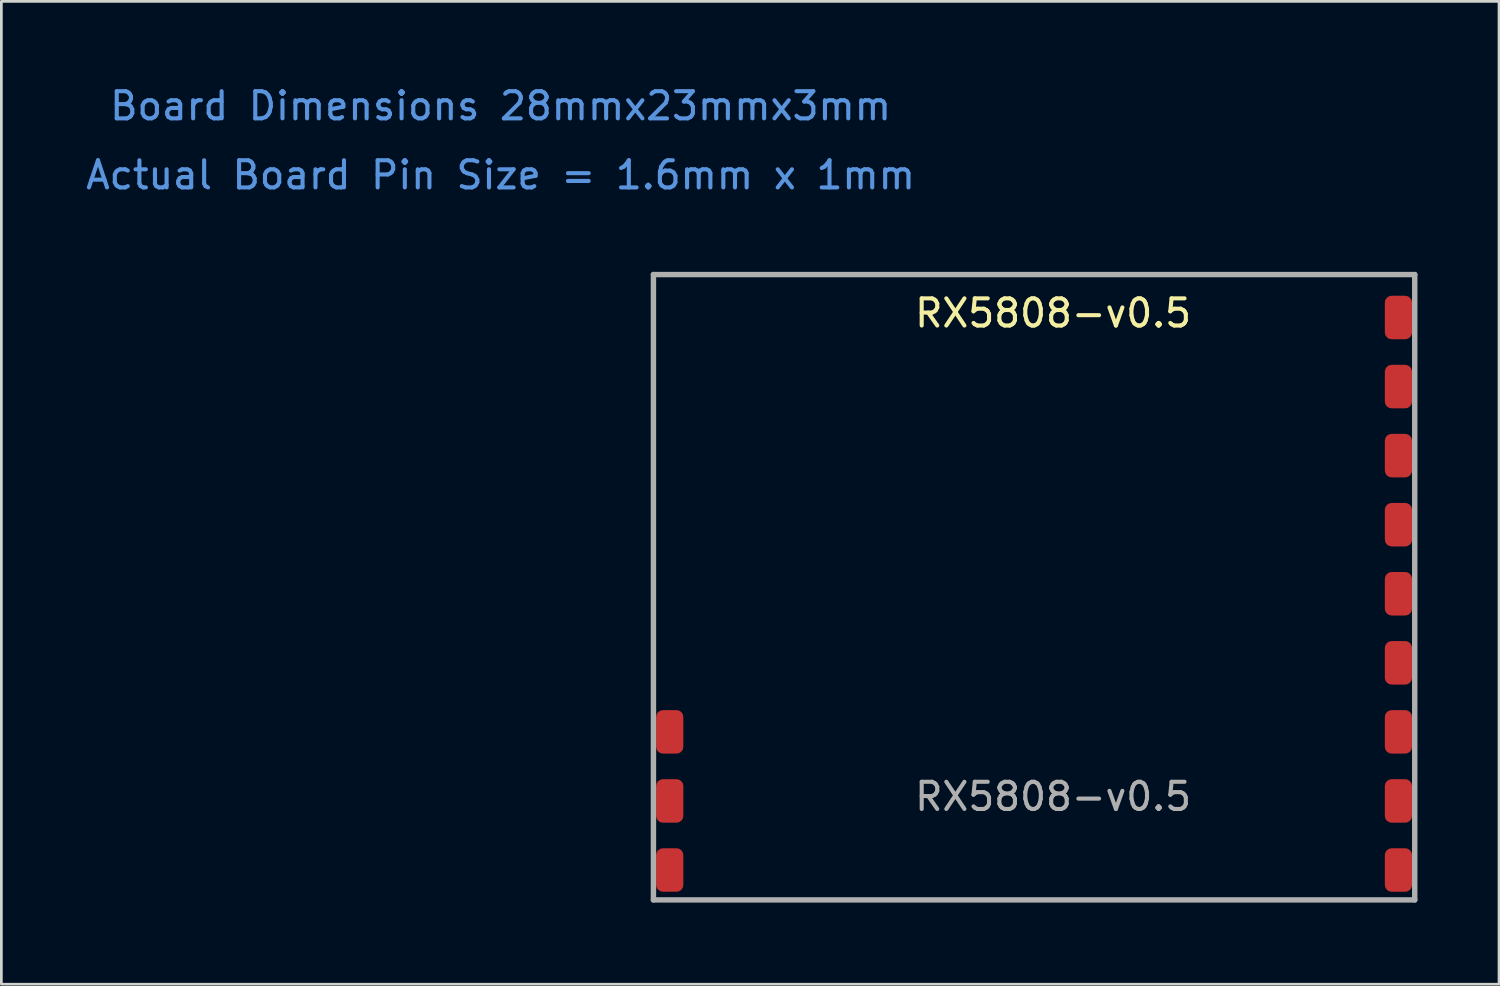
<source format=kicad_pcb>
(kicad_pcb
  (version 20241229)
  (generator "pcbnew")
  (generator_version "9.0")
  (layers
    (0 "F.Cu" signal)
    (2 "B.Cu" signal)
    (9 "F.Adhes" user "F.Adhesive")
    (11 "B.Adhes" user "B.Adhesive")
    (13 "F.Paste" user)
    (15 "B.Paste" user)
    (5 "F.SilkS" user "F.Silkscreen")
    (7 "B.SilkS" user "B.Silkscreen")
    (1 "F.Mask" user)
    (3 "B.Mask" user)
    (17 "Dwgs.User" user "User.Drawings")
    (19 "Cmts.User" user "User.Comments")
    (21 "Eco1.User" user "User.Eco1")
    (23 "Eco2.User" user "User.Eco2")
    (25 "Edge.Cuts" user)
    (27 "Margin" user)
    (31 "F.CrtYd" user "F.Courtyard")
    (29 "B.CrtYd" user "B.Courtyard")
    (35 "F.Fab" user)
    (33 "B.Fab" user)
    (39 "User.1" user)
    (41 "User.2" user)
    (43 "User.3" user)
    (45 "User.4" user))
  (footprint "RX5808-v0.5"
    (layer "F.Cu")
    (at 35.683 18.628)
    (property "Reference" "RX5808-v0.5" (at 0 -10.16 0) (unlocked yes) (layer "F.SilkS") (effects (font (size 1 1) (thickness 0.15))))
    (attr smd)
    (fp_line (start -14.7 -11.58) (end -14.7 11.42) (stroke (width 0.2) (type solid)) (layer "F.Fab"))
    (fp_line (start 13.3 -11.58) (end -14.7 -11.58) (stroke (width 0.2) (type solid)) (layer "F.Fab"))
    (fp_line (start 13.3 -11.58) (end 13.3 11.42) (stroke (width 0.2) (type solid)) (layer "F.Fab"))
    (fp_line (start 13.3 11.42) (end -14.7 11.42) (stroke (width 0.2) (type solid)) (layer "F.Fab"))
    (fp_text user "Board Dimensions 28mmx23mmx3mm" (at -20.32 -17.78 0) (unlocked yes) (layer "Cmts.User") (effects (font (size 1 1) (thickness 0.15))))
    (fp_text user "Actual Board Pin Size = 1.6mm x 1mm" (at -20.32 -15.24 0) (unlocked yes) (layer "Cmts.User") (effects (font (size 1 1) (thickness 0.15))))
    (fp_text user "${REFERENCE}" (at 0 7.62 0) (unlocked yes) (layer "F.Fab") (effects (font (size 1 1) (thickness 0.15))))
    (pad "1" smd roundrect (at 12.7 -10) (size 1 1.6) (layers "F.Cu" "F.Mask" "F.Paste") (roundrect_rratio 0.25))
    (pad "2" smd roundrect (at 12.7 -7.46) (size 1 1.6) (layers "F.Cu" "F.Mask" "F.Paste") (roundrect_rratio 0.25))
    (pad "3" smd roundrect (at 12.7 -4.92) (size 1 1.6) (layers "F.Cu" "F.Mask" "F.Paste") (roundrect_rratio 0.25))
    (pad "4" smd roundrect (at 12.7 -2.38) (size 1 1.6) (layers "F.Cu" "F.Mask" "F.Paste") (roundrect_rratio 0.25))
    (pad "5" smd roundrect (at 12.7 0.16) (size 1 1.6) (layers "F.Cu" "F.Mask" "F.Paste") (roundrect_rratio 0.25))
    (pad "6" smd roundrect (at 12.7 2.7) (size 1 1.6) (layers "F.Cu" "F.Mask" "F.Paste") (roundrect_rratio 0.25))
    (pad "7" smd roundrect (at 12.7 5.24) (size 1 1.6) (layers "F.Cu" "F.Mask" "F.Paste") (roundrect_rratio 0.25))
    (pad "8" smd roundrect (at 12.7 7.78) (size 1 1.6) (layers "F.Cu" "F.Mask" "F.Paste") (roundrect_rratio 0.25))
    (pad "9" smd roundrect (at 12.7 10.32) (size 1 1.6) (layers "F.Cu" "F.Mask" "F.Paste") (roundrect_rratio 0.25))
    (pad "10" smd roundrect (at -14.1 10.32) (size 1 1.6) (layers "F.Cu" "F.Mask" "F.Paste") (roundrect_rratio 0.25))
    (pad "11" smd roundrect (at -14.1 7.78) (size 1 1.6) (layers "F.Cu" "F.Mask" "F.Paste") (roundrect_rratio 0.25))
    (pad "12" smd roundrect (at -14.1 5.24) (size 1 1.6) (layers "F.Cu" "F.Mask" "F.Paste") (roundrect_rratio 0.25)))
  (gr_rect
    (start -3 -3)
    (end 52.083 33.148)
    (stroke (width 0.1) (type default))
    (fill no)
    (layer "Edge.Cuts")))
</source>
